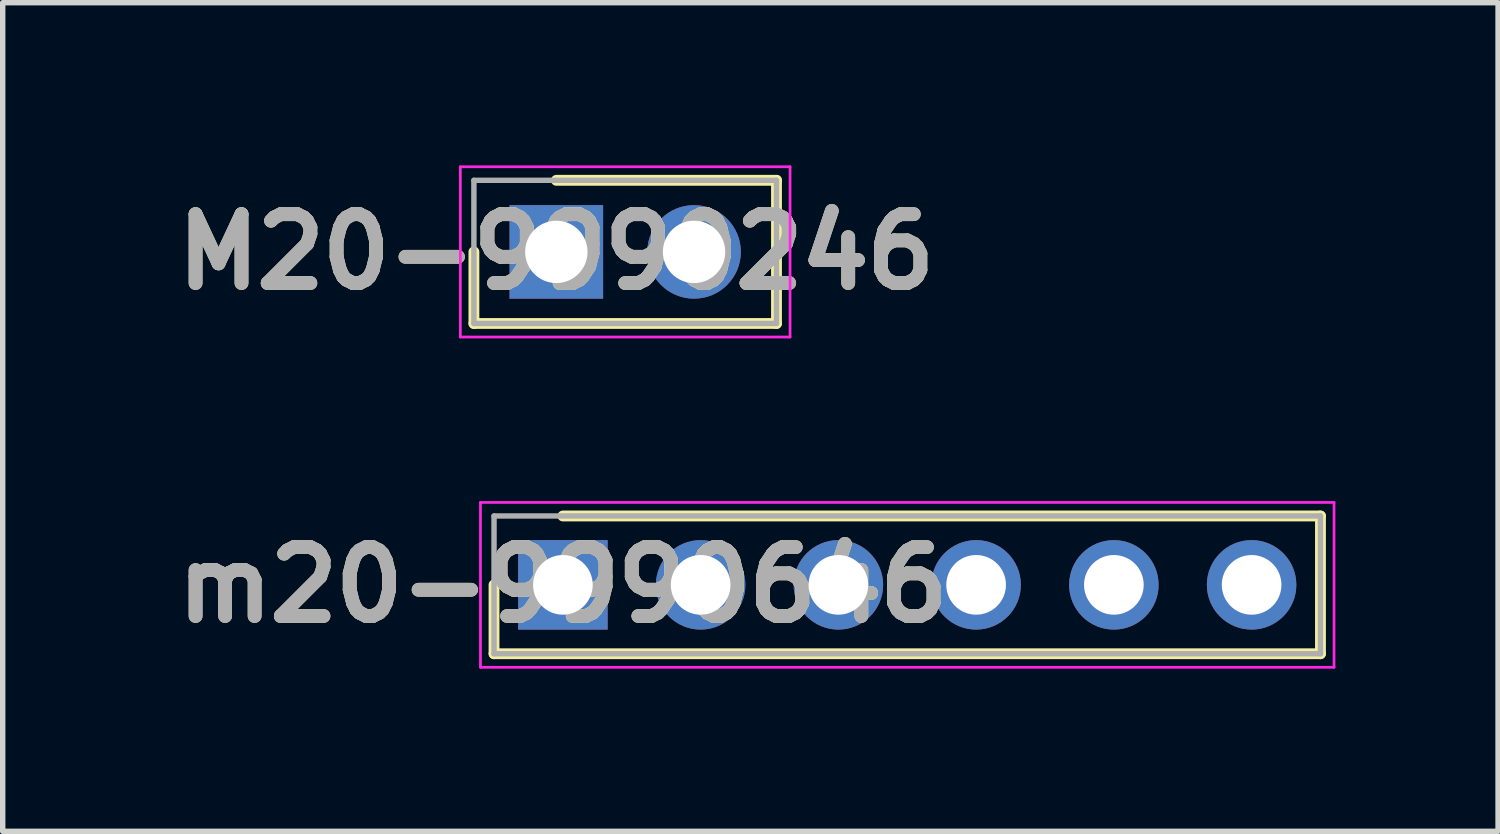
<source format=kicad_pcb>
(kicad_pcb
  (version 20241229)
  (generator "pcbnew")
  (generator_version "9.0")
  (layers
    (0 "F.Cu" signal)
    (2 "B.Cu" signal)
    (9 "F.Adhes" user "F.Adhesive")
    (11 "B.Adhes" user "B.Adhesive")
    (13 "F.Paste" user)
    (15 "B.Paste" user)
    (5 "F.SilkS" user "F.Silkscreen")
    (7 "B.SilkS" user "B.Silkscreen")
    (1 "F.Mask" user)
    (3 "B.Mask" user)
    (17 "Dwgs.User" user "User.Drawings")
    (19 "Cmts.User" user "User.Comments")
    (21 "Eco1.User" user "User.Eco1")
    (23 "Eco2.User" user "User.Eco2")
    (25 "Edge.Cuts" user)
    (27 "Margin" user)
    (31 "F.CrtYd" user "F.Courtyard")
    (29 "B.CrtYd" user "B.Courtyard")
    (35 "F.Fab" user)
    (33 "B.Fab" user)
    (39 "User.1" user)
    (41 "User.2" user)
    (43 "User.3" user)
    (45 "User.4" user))
  (footprint "M20-9990246"
    (layer "F.Cu")
    (at 7.209 1.595)
    (property "Reference" "M20-9990246" (at 0 0 0) (layer "F.SilkS") (effects (font (size 1.27 1.27) (thickness 0.254))))
    (attr through_hole)
    (fp_line (start -1.52 0) (end -1.52 1.32) (stroke (width 0.2) (type solid)) (layer "F.SilkS"))
    (fp_line (start -1.52 1.32) (end 4.06 1.32) (stroke (width 0.2) (type solid)) (layer "F.SilkS"))
    (fp_line (start 4.06 -1.32) (end 0 -1.32) (stroke (width 0.2) (type solid)) (layer "F.SilkS"))
    (fp_line (start 4.06 1.32) (end 4.06 -1.32) (stroke (width 0.2) (type solid)) (layer "F.SilkS"))
    (fp_line (start -1.77 -1.57) (end 4.31 -1.57) (stroke (width 0.05) (type solid)) (layer "F.CrtYd"))
    (fp_line (start -1.77 1.57) (end -1.77 -1.57) (stroke (width 0.05) (type solid)) (layer "F.CrtYd"))
    (fp_line (start 4.31 -1.57) (end 4.31 1.57) (stroke (width 0.05) (type solid)) (layer "F.CrtYd"))
    (fp_line (start 4.31 1.57) (end -1.77 1.57) (stroke (width 0.05) (type solid)) (layer "F.CrtYd"))
    (fp_line (start -1.52 -1.32) (end 4.06 -1.32) (stroke (width 0.1) (type solid)) (layer "F.Fab"))
    (fp_line (start -1.52 1.32) (end -1.52 -1.32) (stroke (width 0.1) (type solid)) (layer "F.Fab"))
    (fp_line (start 4.06 -1.32) (end 4.06 1.32) (stroke (width 0.1) (type solid)) (layer "F.Fab"))
    (fp_line (start 4.06 1.32) (end -1.52 1.32) (stroke (width 0.1) (type solid)) (layer "F.Fab"))
    (fp_text user "${REFERENCE}" (at 0 0 0) (layer "F.Fab") (effects (font (size 1.27 1.27) (thickness 0.254))))
    (pad "1" thru_hole rect (at 0 0) (size 1.725 1.725) (drill 1.15) (layers "*.Cu" "*.Mask"))
    (pad "2" thru_hole circle (at 2.54 0) (size 1.725 1.725) (drill 1.15) (layers "*.Cu" "*.Mask")))
  (footprint "m20-9990646"
    (layer "F.Cu")
    (at 7.33 7.735)
    (property "Reference" "m20-9990646" (at 0 0 0) (layer "F.SilkS") (effects (font (size 1.27 1.27) (thickness 0.254))))
    (attr through_hole)
    (fp_line (start -1.27 1.27) (end -1.27 0) (stroke (width 0.2) (type solid)) (layer "F.SilkS"))
    (fp_line (start 0 -1.27) (end 13.97 -1.27) (stroke (width 0.2) (type solid)) (layer "F.SilkS"))
    (fp_line (start 13.97 -1.27) (end 13.97 1.27) (stroke (width 0.2) (type solid)) (layer "F.SilkS"))
    (fp_line (start 13.97 1.27) (end -1.27 1.27) (stroke (width 0.2) (type solid)) (layer "F.SilkS"))
    (fp_line (start -1.52 -1.52) (end 14.22 -1.52) (stroke (width 0.05) (type solid)) (layer "F.CrtYd"))
    (fp_line (start -1.52 1.52) (end -1.52 -1.52) (stroke (width 0.05) (type solid)) (layer "F.CrtYd"))
    (fp_line (start 14.22 -1.52) (end 14.22 1.52) (stroke (width 0.05) (type solid)) (layer "F.CrtYd"))
    (fp_line (start 14.22 1.52) (end -1.52 1.52) (stroke (width 0.05) (type solid)) (layer "F.CrtYd"))
    (fp_line (start -1.27 -1.27) (end 13.97 -1.27) (stroke (width 0.1) (type solid)) (layer "F.Fab"))
    (fp_line (start -1.27 1.27) (end -1.27 -1.27) (stroke (width 0.1) (type solid)) (layer "F.Fab"))
    (fp_line (start 13.97 -1.27) (end 13.97 1.27) (stroke (width 0.1) (type solid)) (layer "F.Fab"))
    (fp_line (start 13.97 1.27) (end -1.27 1.27) (stroke (width 0.1) (type solid)) (layer "F.Fab"))
    (fp_text user "${REFERENCE}" (at 0 0 0) (layer "F.Fab") (effects (font (size 1.27 1.27) (thickness 0.254))))
    (pad "1" thru_hole rect (at 0 0) (size 1.65 1.65) (drill 1.1) (layers "*.Cu" "*.Mask"))
    (pad "2" thru_hole circle (at 2.54 0) (size 1.65 1.65) (drill 1.1) (layers "*.Cu" "*.Mask"))
    (pad "3" thru_hole circle (at 5.08 0) (size 1.65 1.65) (drill 1.1) (layers "*.Cu" "*.Mask"))
    (pad "4" thru_hole circle (at 7.62 0) (size 1.65 1.65) (drill 1.1) (layers "*.Cu" "*.Mask"))
    (pad "5" thru_hole circle (at 10.16 0) (size 1.65 1.65) (drill 1.1) (layers "*.Cu" "*.Mask"))
    (pad "6" thru_hole circle (at 12.7 0) (size 1.65 1.65) (drill 1.1) (layers "*.Cu" "*.Mask")))
  (gr_rect
    (start -3 -3)
    (end 24.575 12.28)
    (stroke (width 0.1) (type default))
    (fill no)
    (layer "Edge.Cuts")))
</source>
